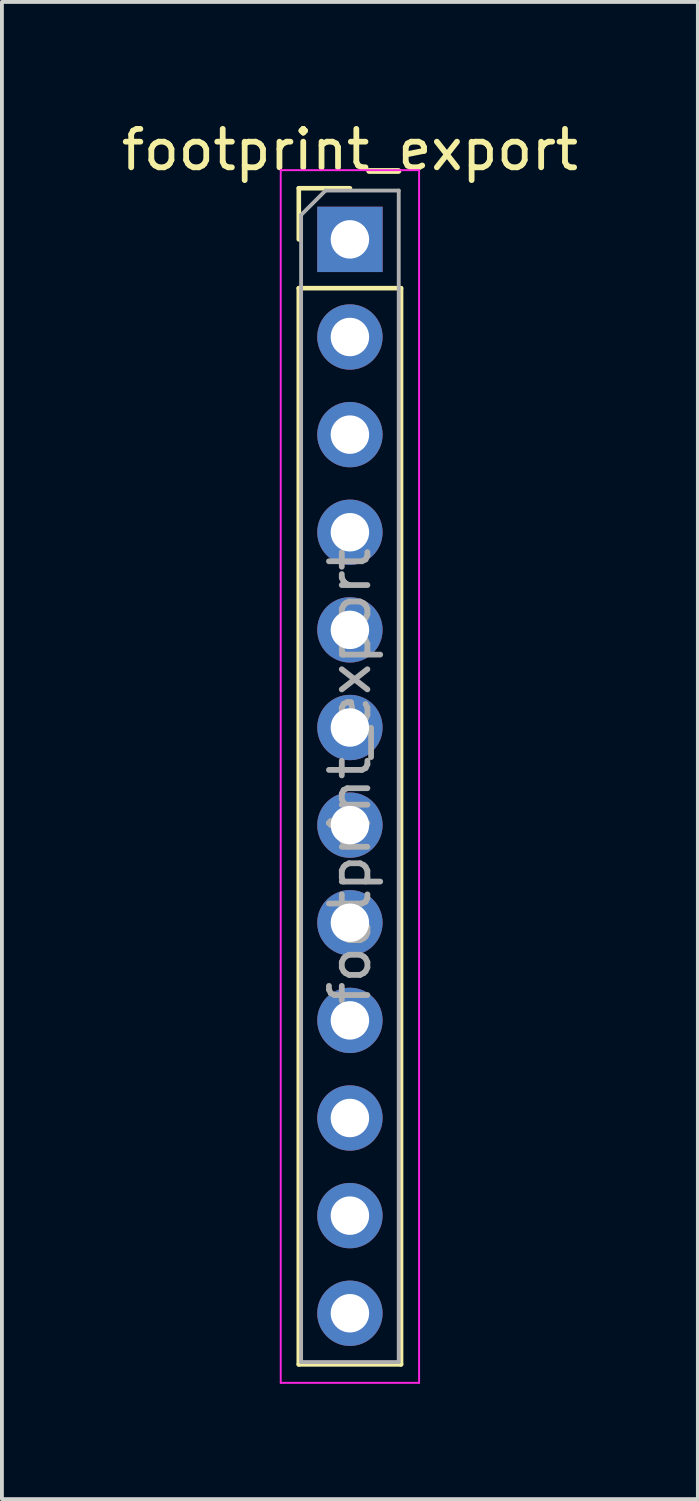
<source format=kicad_pcb>
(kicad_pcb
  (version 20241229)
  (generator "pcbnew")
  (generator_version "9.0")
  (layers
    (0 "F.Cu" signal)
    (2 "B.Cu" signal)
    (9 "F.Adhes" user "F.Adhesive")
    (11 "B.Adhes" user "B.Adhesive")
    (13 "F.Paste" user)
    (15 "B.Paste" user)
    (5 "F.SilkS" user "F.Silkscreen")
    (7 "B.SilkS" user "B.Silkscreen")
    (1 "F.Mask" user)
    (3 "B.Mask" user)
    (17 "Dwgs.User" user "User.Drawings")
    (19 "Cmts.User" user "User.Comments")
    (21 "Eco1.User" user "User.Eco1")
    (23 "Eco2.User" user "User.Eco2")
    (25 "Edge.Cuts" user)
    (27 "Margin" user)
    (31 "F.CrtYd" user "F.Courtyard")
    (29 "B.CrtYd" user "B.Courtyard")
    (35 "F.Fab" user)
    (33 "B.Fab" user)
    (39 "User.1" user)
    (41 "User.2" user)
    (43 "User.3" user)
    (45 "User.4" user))
  (footprint "footprint_export"
    (layer "F.Cu")
    (at 6.054 3.178)
    (property "Reference" "footprint_export" (at 0 -2.33 0) (layer "F.SilkS") (effects (font (size 1 1) (thickness 0.15))))
    (attr through_hole)
    (fp_line (start -1.33 -1.33) (end 0 -1.33) (stroke (width 0.12) (type solid)) (layer "F.SilkS"))
    (fp_line (start -1.33 0) (end -1.33 -1.33) (stroke (width 0.12) (type solid)) (layer "F.SilkS"))
    (fp_line (start -1.33 1.27) (end -1.33 29.27) (stroke (width 0.12) (type solid)) (layer "F.SilkS"))
    (fp_line (start -1.33 1.27) (end 1.33 1.27) (stroke (width 0.12) (type solid)) (layer "F.SilkS"))
    (fp_line (start -1.33 29.27) (end 1.33 29.27) (stroke (width 0.12) (type solid)) (layer "F.SilkS"))
    (fp_line (start 1.33 1.27) (end 1.33 29.27) (stroke (width 0.12) (type solid)) (layer "F.SilkS"))
    (fp_line (start -1.8 -1.8) (end -1.8 29.75) (stroke (width 0.05) (type solid)) (layer "F.CrtYd"))
    (fp_line (start -1.8 29.75) (end 1.8 29.75) (stroke (width 0.05) (type solid)) (layer "F.CrtYd"))
    (fp_line (start 1.8 -1.8) (end -1.8 -1.8) (stroke (width 0.05) (type solid)) (layer "F.CrtYd"))
    (fp_line (start 1.8 29.75) (end 1.8 -1.8) (stroke (width 0.05) (type solid)) (layer "F.CrtYd"))
    (fp_line (start -1.27 -0.635) (end -0.635 -1.27) (stroke (width 0.1) (type solid)) (layer "F.Fab"))
    (fp_line (start -1.27 29.21) (end -1.27 -0.635) (stroke (width 0.1) (type solid)) (layer "F.Fab"))
    (fp_line (start -0.635 -1.27) (end 1.27 -1.27) (stroke (width 0.1) (type solid)) (layer "F.Fab"))
    (fp_line (start 1.27 -1.27) (end 1.27 29.21) (stroke (width 0.1) (type solid)) (layer "F.Fab"))
    (fp_line (start 1.27 29.21) (end -1.27 29.21) (stroke (width 0.1) (type solid)) (layer "F.Fab"))
    (fp_text user "${REFERENCE}" (at 0 13.97 90) (layer "F.Fab") (effects (font (size 1 1) (thickness 0.15))))
    (pad "1" thru_hole rect (at 0 0) (size 1.7 1.7) (drill 1) (layers "*.Cu" "*.Mask"))
    (pad "2" thru_hole oval (at 0 2.54) (size 1.7 1.7) (drill 1) (layers "*.Cu" "*.Mask"))
    (pad "3" thru_hole oval (at 0 5.08) (size 1.7 1.7) (drill 1) (layers "*.Cu" "*.Mask"))
    (pad "4" thru_hole oval (at 0 7.62) (size 1.7 1.7) (drill 1) (layers "*.Cu" "*.Mask"))
    (pad "5" thru_hole oval (at 0 10.16) (size 1.7 1.7) (drill 1) (layers "*.Cu" "*.Mask"))
    (pad "6" thru_hole oval (at 0 12.7) (size 1.7 1.7) (drill 1) (layers "*.Cu" "*.Mask"))
    (pad "7" thru_hole oval (at 0 15.24) (size 1.7 1.7) (drill 1) (layers "*.Cu" "*.Mask"))
    (pad "8" thru_hole oval (at 0 17.78) (size 1.7 1.7) (drill 1) (layers "*.Cu" "*.Mask"))
    (pad "9" thru_hole oval (at 0 20.32) (size 1.7 1.7) (drill 1) (layers "*.Cu" "*.Mask"))
    (pad "10" thru_hole oval (at 0 22.86) (size 1.7 1.7) (drill 1) (layers "*.Cu" "*.Mask"))
    (pad "11" thru_hole oval (at 0 25.4) (size 1.7 1.7) (drill 1) (layers "*.Cu" "*.Mask"))
    (pad "12" thru_hole oval (at 0 27.94) (size 1.7 1.7) (drill 1) (layers "*.Cu" "*.Mask")))
  (gr_rect
    (start -3 -3)
    (end 15.107 35.953)
    (stroke (width 0.1) (type default))
    (fill no)
    (layer "Edge.Cuts")))
</source>
